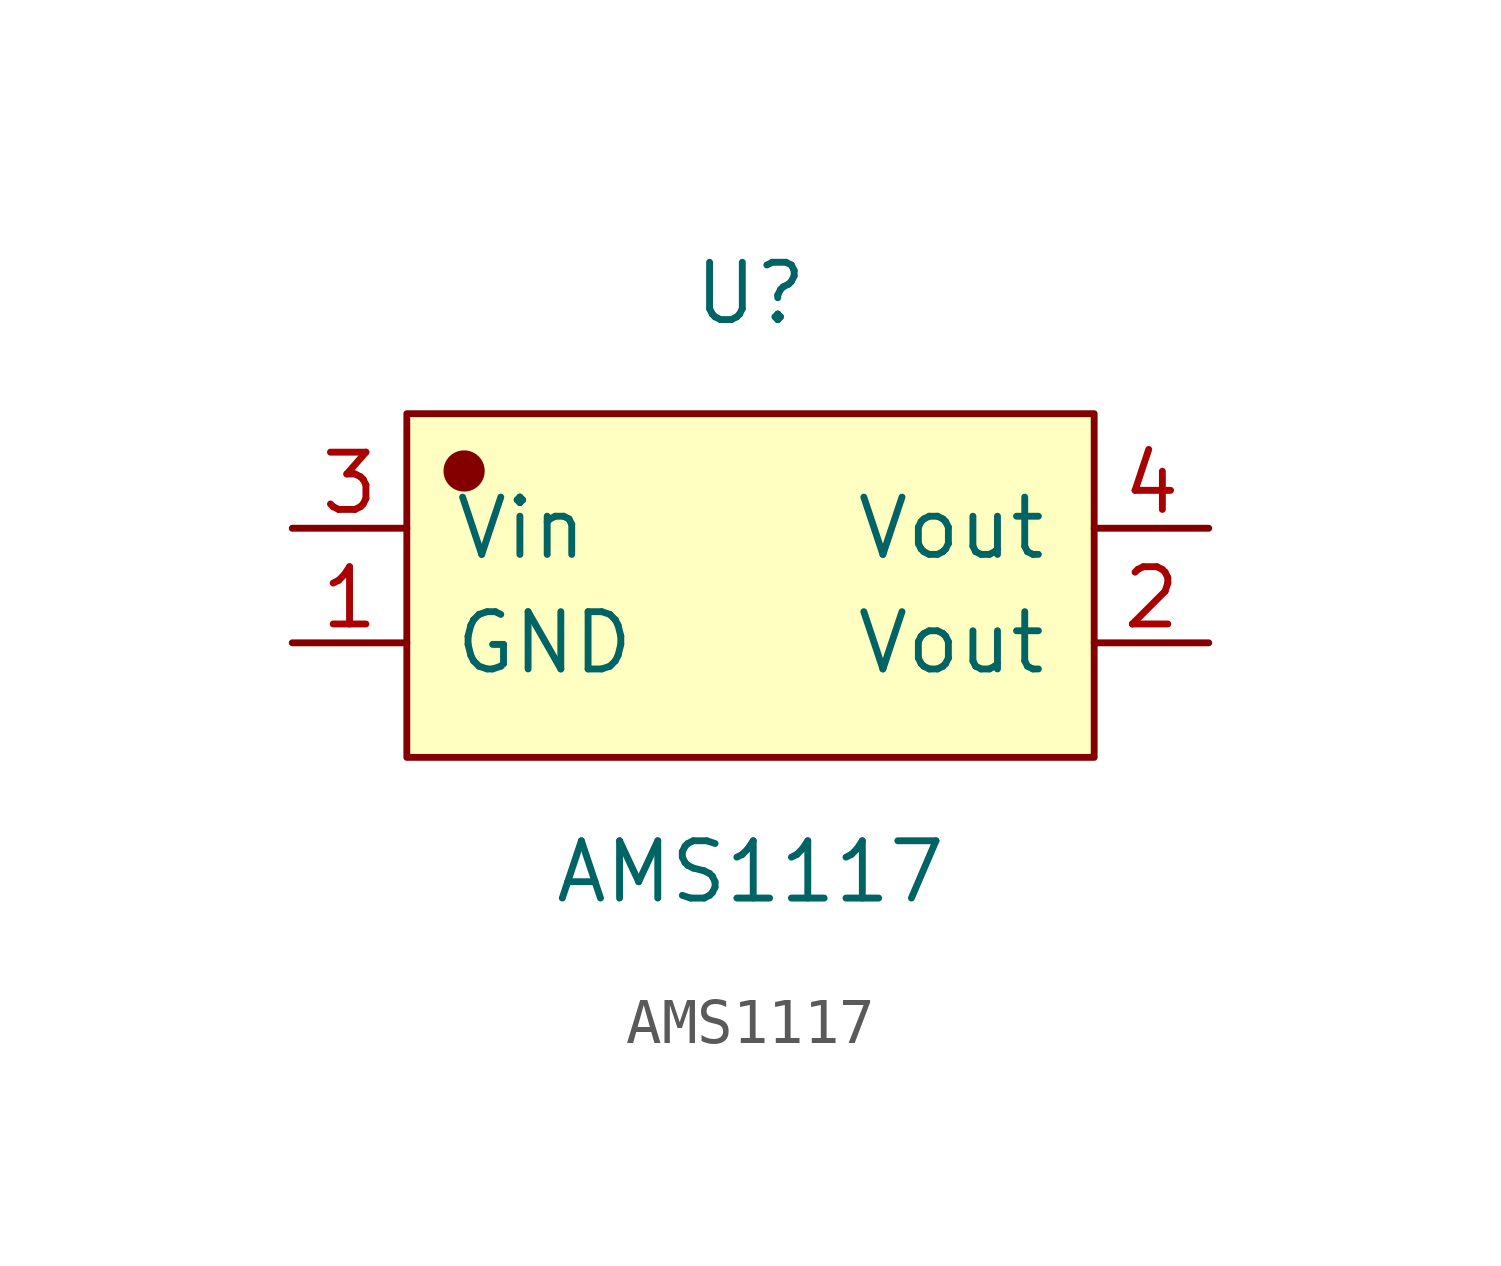
<source format=kicad_sym>
(kicad_symbol_lib
  (version 20211014)
  (generator kicad_symbol_editor)
  (symbol "AMS1117"
    (pin_names
      (offset 1.016))
    (property "Reference" "U"
      (at 0 6.477 0)
      (effects (font (size 1.27 1.27))))
    (property "Value" "AMS1117"
      (at 0 -6.35 0)
      (effects (font (size 1.27 1.27))))
    (symbol "AMS1117_1_1"
      (rectangle (start -7.62 3.81) (end 7.62 -3.81) (stroke (width 0.152) (type default) (color 0 0 0 0)) (fill (type background)))
      (circle (center -6.35 2.54) (radius 0.381) (stroke (width 0.152) (type default) (color 0 0 0 0)) (fill (type outline)))
      (pin input line (at -10.16 -1.27 0) (length 2.54) (name "GND" (effects (font (size 1.27 1.27)))) (number "1" (effects (font (size 1.27 1.27)))))
      (pin input line (at 10.16 -1.27 180) (length 2.54) (name "Vout" (effects (font (size 1.27 1.27)))) (number "2" (effects (font (size 1.27 1.27)))))
      (pin input line (at -10.16 1.27 0) (length 2.54) (name "Vin" (effects (font (size 1.27 1.27)))) (number "3" (effects (font (size 1.27 1.27)))))
      (pin input line (at 10.16 1.27 180) (length 2.54) (name "Vout" (effects (font (size 1.27 1.27)))) (number "4" (effects (font (size 1.27 1.27))))))))
</source>
